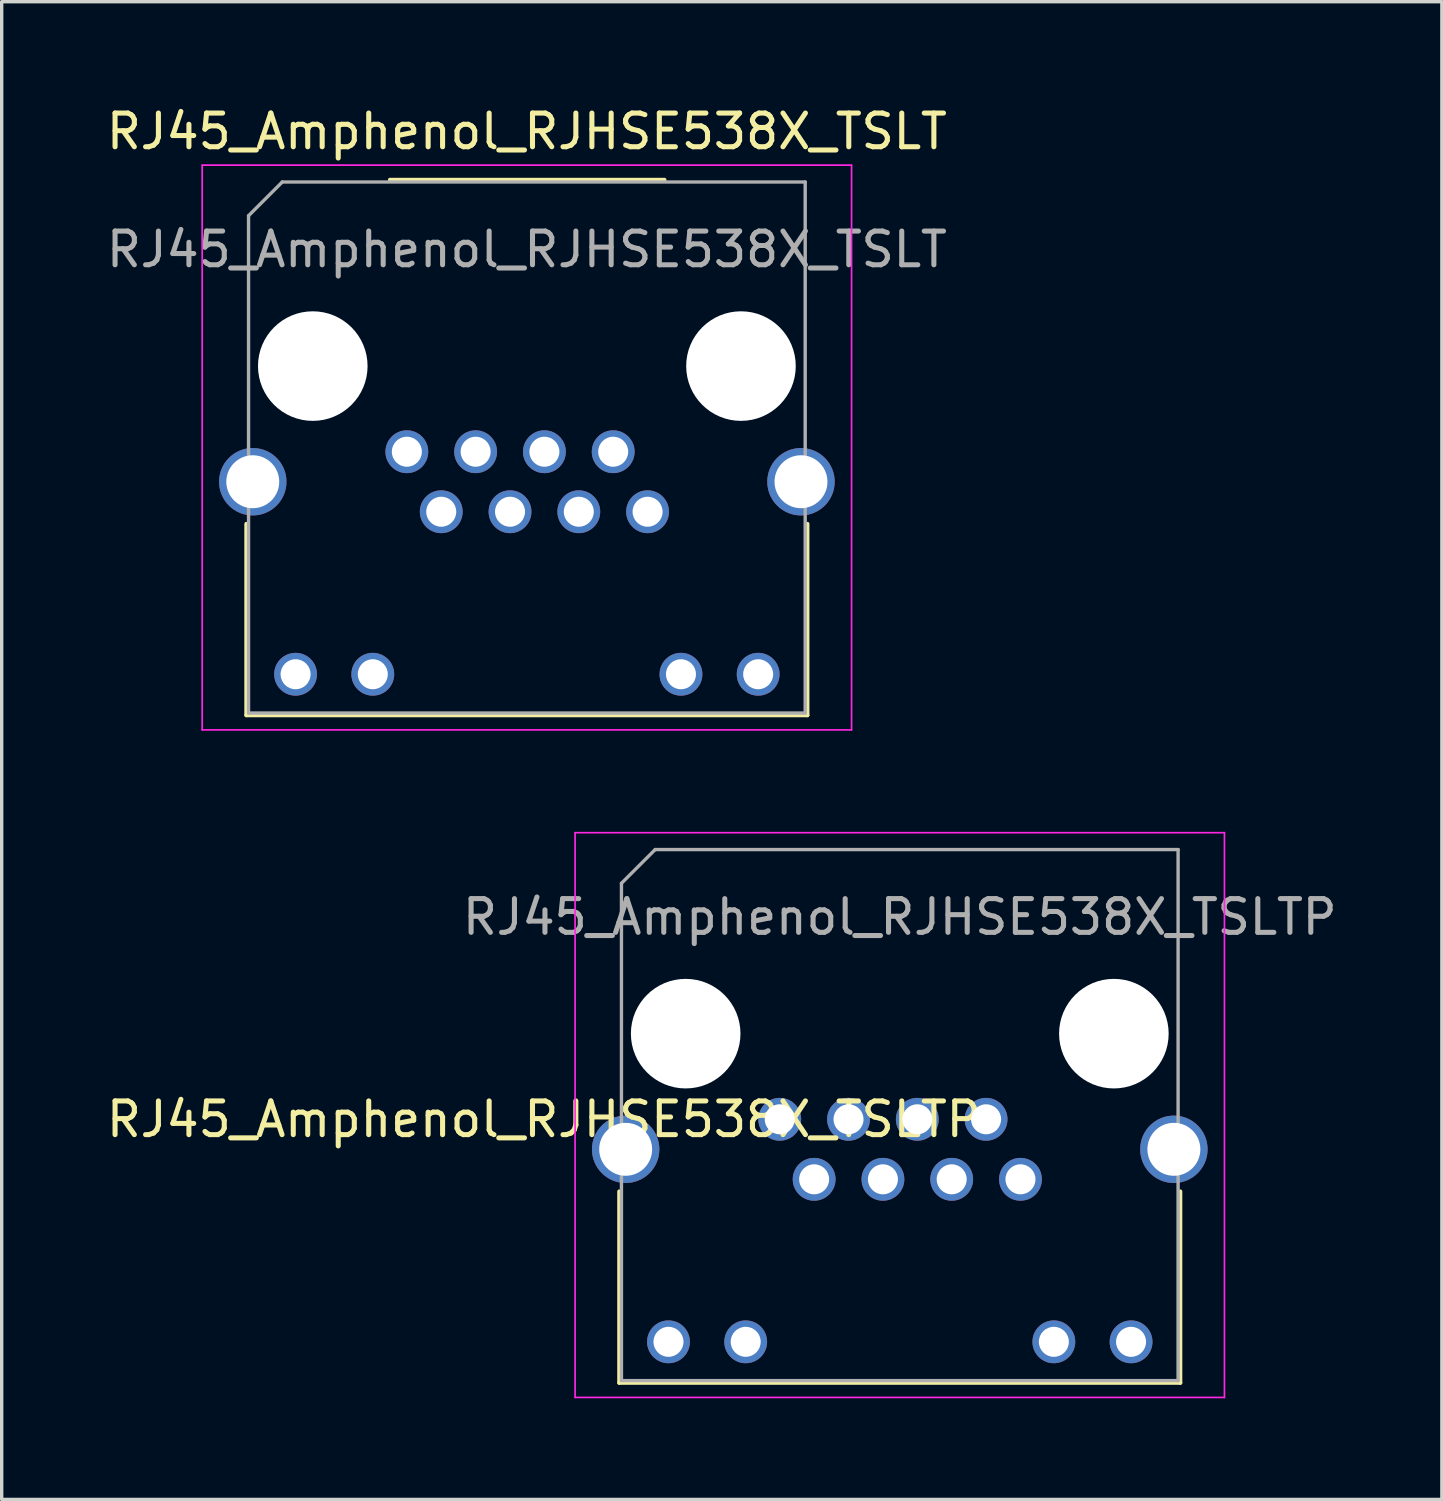
<source format=kicad_pcb>
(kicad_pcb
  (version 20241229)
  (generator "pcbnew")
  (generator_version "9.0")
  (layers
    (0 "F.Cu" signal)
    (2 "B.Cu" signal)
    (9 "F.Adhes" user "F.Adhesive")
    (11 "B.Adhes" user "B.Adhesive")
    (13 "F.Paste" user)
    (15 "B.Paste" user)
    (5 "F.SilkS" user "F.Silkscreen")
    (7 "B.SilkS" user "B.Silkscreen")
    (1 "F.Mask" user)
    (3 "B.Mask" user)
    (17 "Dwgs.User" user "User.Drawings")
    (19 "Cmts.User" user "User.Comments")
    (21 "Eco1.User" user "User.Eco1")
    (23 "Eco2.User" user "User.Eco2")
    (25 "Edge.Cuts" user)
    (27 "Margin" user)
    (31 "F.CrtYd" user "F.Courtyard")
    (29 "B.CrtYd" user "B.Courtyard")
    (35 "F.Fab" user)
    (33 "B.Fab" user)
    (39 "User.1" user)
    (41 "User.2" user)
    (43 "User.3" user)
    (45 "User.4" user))
  (footprint "RJ45_Amphenol_RJHSE538X_TSLT"
    (layer "F.Cu")
    (at 9.017 10.348)
    (property "Reference" "RJ45_Amphenol_RJHSE538X_TSLT" (at 3.56 -9.5 0) (layer "F.SilkS") (effects (font (size 1 1) (thickness 0.15))))
    (attr through_hole)
    (fp_line (start -4.76 7.815) (end -4.76 2.14) (stroke (width 0.12) (type solid)) (layer "F.SilkS"))
    (fp_line (start -4.76 7.815) (end 11.88 7.815) (stroke (width 0.12) (type solid)) (layer "F.SilkS"))
    (fp_line (start -0.5 -8.065) (end 7.64 -8.065) (stroke (width 0.12) (type solid)) (layer "F.SilkS"))
    (fp_line (start 11.88 7.815) (end 11.88 2.14) (stroke (width 0.12) (type solid)) (layer "F.SilkS"))
    (fp_line (start -6.07 -8.5) (end -6.07 8.25) (stroke (width 0.05) (type solid)) (layer "F.CrtYd"))
    (fp_line (start -6.07 -8.5) (end 13.19 -8.5) (stroke (width 0.05) (type solid)) (layer "F.CrtYd"))
    (fp_line (start -6.07 8.25) (end 13.19 8.25) (stroke (width 0.05) (type solid)) (layer "F.CrtYd"))
    (fp_line (start 13.19 -8.5) (end 13.19 8.25) (stroke (width 0.05) (type solid)) (layer "F.CrtYd"))
    (fp_line (start -4.695 -7) (end -4.695 7.75) (stroke (width 0.1) (type solid)) (layer "F.Fab"))
    (fp_line (start -4.695 -7) (end -3.695 -8) (stroke (width 0.1) (type solid)) (layer "F.Fab"))
    (fp_line (start -4.695 7.75) (end 11.815 7.75) (stroke (width 0.1) (type solid)) (layer "F.Fab"))
    (fp_line (start -3.695 -8) (end 11.815 -8) (stroke (width 0.1) (type solid)) (layer "F.Fab"))
    (fp_line (start 11.815 -8) (end 11.815 7.75) (stroke (width 0.1) (type solid)) (layer "F.Fab"))
    (fp_text user "${REFERENCE}" (at 3.56 -6 0) (layer "F.Fab") (effects (font (size 1 1) (thickness 0.15))))
    (pad "" np_thru_hole circle (at -2.79 -2.54) (size 3.25 3.25) (drill 3.25) (layers "*.Cu" "*.Mask"))
    (pad "" np_thru_hole circle (at 9.91 -2.54) (size 3.25 3.25) (drill 3.25) (layers "*.Cu" "*.Mask"))
    (pad "1" thru_hole circle (at 0 0) (size 1.27 1.27) (drill 0.89) (layers "*.Cu" "*.Mask"))
    (pad "2" thru_hole circle (at 1.02 1.78) (size 1.27 1.27) (drill 0.89) (layers "*.Cu" "*.Mask"))
    (pad "3" thru_hole circle (at 2.04 0) (size 1.27 1.27) (drill 0.89) (layers "*.Cu" "*.Mask"))
    (pad "4" thru_hole circle (at 3.06 1.78) (size 1.27 1.27) (drill 0.89) (layers "*.Cu" "*.Mask"))
    (pad "5" thru_hole circle (at 4.08 0) (size 1.27 1.27) (drill 0.89) (layers "*.Cu" "*.Mask"))
    (pad "6" thru_hole circle (at 5.1 1.78) (size 1.27 1.27) (drill 0.89) (layers "*.Cu" "*.Mask"))
    (pad "7" thru_hole circle (at 6.12 0) (size 1.27 1.27) (drill 0.89) (layers "*.Cu" "*.Mask"))
    (pad "8" thru_hole circle (at 7.14 1.78) (size 1.27 1.27) (drill 0.89) (layers "*.Cu" "*.Mask"))
    (pad "9" thru_hole circle (at -3.3 6.6) (size 1.27 1.27) (drill 0.89) (layers "*.Cu" "*.Mask"))
    (pad "10" thru_hole circle (at -1.01 6.6) (size 1.27 1.27) (drill 0.89) (layers "*.Cu" "*.Mask"))
    (pad "11" thru_hole circle (at 8.13 6.6) (size 1.27 1.27) (drill 0.89) (layers "*.Cu" "*.Mask"))
    (pad "12" thru_hole circle (at 10.42 6.6) (size 1.27 1.27) (drill 0.89) (layers "*.Cu" "*.Mask"))
    (pad "SH" thru_hole circle (at -4.57 0.89) (size 2 2) (drill 1.57) (layers "*.Cu" "*.Mask"))
    (pad "SH" thru_hole circle (at 11.69 0.89) (size 2 2) (drill 1.57) (layers "*.Cu" "*.Mask")))
  (footprint "RJ45_Amphenol_RJHSE538X_TSLTP"
    (layer "F.Cu")
    (at 20.077 30.148)
    (property "Reference" "RJ45_Amphenol_RJHSE538X_TSLTP" (at -7 0 0) (layer "F.SilkS") (effects (font (size 1 1) (thickness 0.15))))
    (attr through_hole)
    (fp_line (start -4.76 7.815) (end -4.76 2.14) (stroke (width 0.12) (type solid)) (layer "F.SilkS"))
    (fp_line (start -4.76 7.815) (end 11.88 7.815) (stroke (width 0.12) (type solid)) (layer "F.SilkS"))
    (fp_line (start 11.88 7.815) (end 11.88 2.14) (stroke (width 0.12) (type solid)) (layer "F.SilkS"))
    (fp_line (start -6.07 -8.5) (end -6.07 8.25) (stroke (width 0.05) (type solid)) (layer "F.CrtYd"))
    (fp_line (start -6.07 -8.5) (end 13.19 -8.5) (stroke (width 0.05) (type solid)) (layer "F.CrtYd"))
    (fp_line (start -6.07 8.25) (end 13.19 8.25) (stroke (width 0.05) (type solid)) (layer "F.CrtYd"))
    (fp_line (start 13.19 -8.5) (end 13.19 8.25) (stroke (width 0.05) (type solid)) (layer "F.CrtYd"))
    (fp_line (start -4.695 -7) (end -4.695 7.75) (stroke (width 0.1) (type solid)) (layer "F.Fab"))
    (fp_line (start -4.695 -7) (end -3.695 -8) (stroke (width 0.1) (type solid)) (layer "F.Fab"))
    (fp_line (start -4.695 7.75) (end 11.815 7.75) (stroke (width 0.1) (type solid)) (layer "F.Fab"))
    (fp_line (start -3.695 -8) (end 11.815 -8) (stroke (width 0.1) (type solid)) (layer "F.Fab"))
    (fp_line (start 11.815 -8) (end 11.815 7.75) (stroke (width 0.1) (type solid)) (layer "F.Fab"))
    (fp_text user "${REFERENCE}" (at 3.56 -6 0) (layer "F.Fab") (effects (font (size 1 1) (thickness 0.15))))
    (pad "" np_thru_hole circle (at -2.79 -2.54) (size 3.25 3.25) (drill 3.25) (layers "*.Cu" "*.Mask"))
    (pad "" np_thru_hole circle (at 9.91 -2.54) (size 3.25 3.25) (drill 3.25) (layers "*.Cu" "*.Mask"))
    (pad "1" thru_hole circle (at 0 0) (size 1.27 1.27) (drill 0.89) (layers "*.Cu" "*.Mask"))
    (pad "2" thru_hole circle (at 1.02 1.78) (size 1.27 1.27) (drill 0.89) (layers "*.Cu" "*.Mask"))
    (pad "3" thru_hole circle (at 2.04 0) (size 1.27 1.27) (drill 0.89) (layers "*.Cu" "*.Mask"))
    (pad "4" thru_hole circle (at 3.06 1.78) (size 1.27 1.27) (drill 0.89) (layers "*.Cu" "*.Mask"))
    (pad "5" thru_hole circle (at 4.08 0) (size 1.27 1.27) (drill 0.89) (layers "*.Cu" "*.Mask"))
    (pad "6" thru_hole circle (at 5.1 1.78) (size 1.27 1.27) (drill 0.89) (layers "*.Cu" "*.Mask"))
    (pad "7" thru_hole circle (at 6.12 0) (size 1.27 1.27) (drill 0.89) (layers "*.Cu" "*.Mask"))
    (pad "8" thru_hole circle (at 7.14 1.78) (size 1.27 1.27) (drill 0.89) (layers "*.Cu" "*.Mask"))
    (pad "9" thru_hole circle (at -3.3 6.6) (size 1.27 1.27) (drill 0.89) (layers "*.Cu" "*.Mask"))
    (pad "10" thru_hole circle (at -1.01 6.6) (size 1.27 1.27) (drill 0.89) (layers "*.Cu" "*.Mask"))
    (pad "11" thru_hole circle (at 8.13 6.6) (size 1.27 1.27) (drill 0.89) (layers "*.Cu" "*.Mask"))
    (pad "12" thru_hole circle (at 10.42 6.6) (size 1.27 1.27) (drill 0.89) (layers "*.Cu" "*.Mask"))
    (pad "SH" thru_hole circle (at -4.57 0.89) (size 2 2) (drill 1.57) (layers "*.Cu" "*.Mask"))
    (pad "SH" thru_hole circle (at 11.69 0.89) (size 2 2) (drill 1.57) (layers "*.Cu" "*.Mask")))
  (gr_rect
    (start -3 -3)
    (end 39.715 41.423)
    (stroke (width 0.1) (type default))
    (fill no)
    (layer "Edge.Cuts")))
</source>
